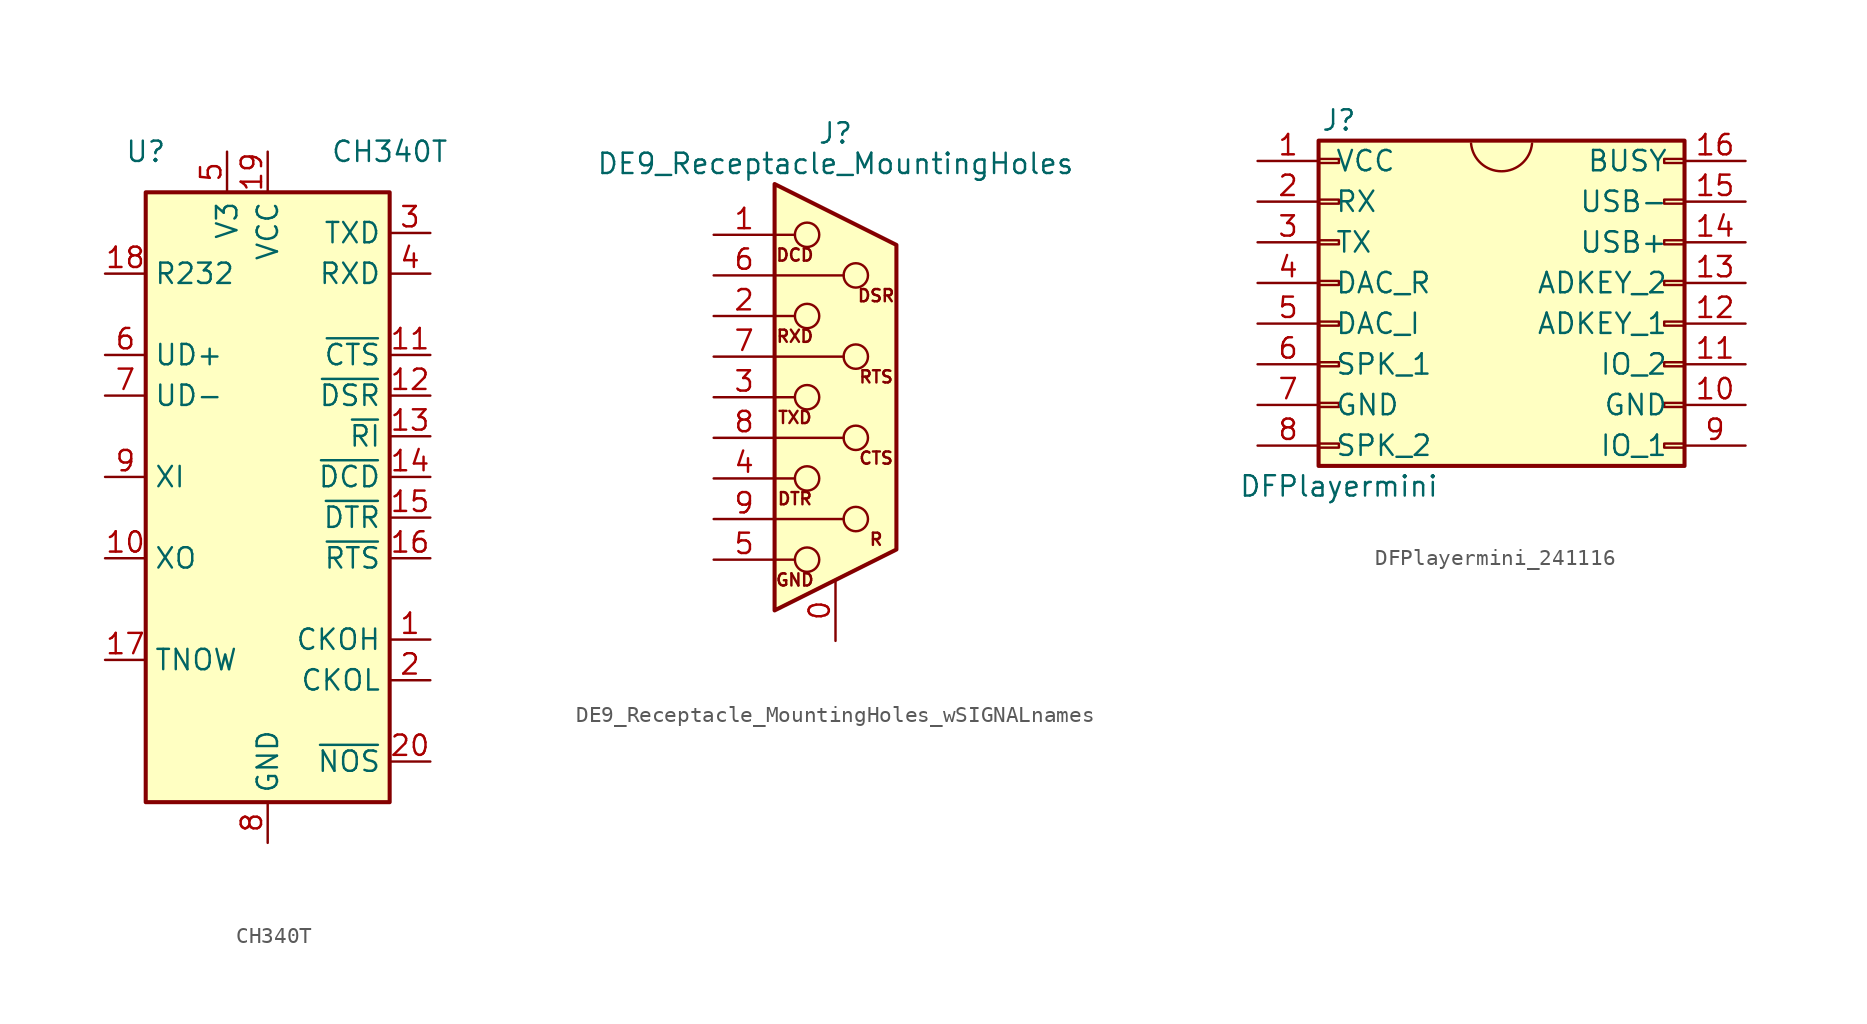
<source format=kicad_sym>
(kicad_symbol_lib
  (version 20220914)
  (generator kicad_symbol_editor)
  (symbol "CH340T"
    (property "Reference" "U"
      (at -7.62 22.86 0)
      (effects (font (size 1.27 1.27))))
    (property "Value" "CH340T"
      (at 7.62 22.86 0)
      (effects (font (size 1.27 1.27))))
    (symbol "CH340T_1_1"
      (rectangle (start -7.62 20.32) (end 7.62 -17.78) (stroke (width 0.254) (type default)) (fill (type background)))
      (pin output line (at 10.16 -7.62 180) (length 2.54) (name "CKOH" (effects (font (size 1.27 1.27)))) (number "1" (effects (font (size 1.27 1.27)))))
      (pin output line (at -10.16 -2.54 0) (length 2.54) (name "XO" (effects (font (size 1.27 1.27)))) (number "10" (effects (font (size 1.27 1.27)))))
      (pin input line (at 10.16 10.16 180) (length 2.54) (name "~{CTS}" (effects (font (size 1.27 1.27)))) (number "11" (effects (font (size 1.27 1.27)))))
      (pin input line (at 10.16 7.62 180) (length 2.54) (name "~{DSR}" (effects (font (size 1.27 1.27)))) (number "12" (effects (font (size 1.27 1.27)))))
      (pin input line (at 10.16 5.08 180) (length 2.54) (name "~{RI}" (effects (font (size 1.27 1.27)))) (number "13" (effects (font (size 1.27 1.27)))))
      (pin input line (at 10.16 2.54 180) (length 2.54) (name "~{DCD}" (effects (font (size 1.27 1.27)))) (number "14" (effects (font (size 1.27 1.27)))))
      (pin output line (at 10.16 0 180) (length 2.54) (name "~{DTR}" (effects (font (size 1.27 1.27)))) (number "15" (effects (font (size 1.27 1.27)))))
      (pin output line (at 10.16 -2.54 180) (length 2.54) (name "~{RTS}" (effects (font (size 1.27 1.27)))) (number "16" (effects (font (size 1.27 1.27)))))
      (pin output line (at -10.16 -8.89 0) (length 2.54) (name "TNOW" (effects (font (size 1.27 1.27)))) (number "17" (effects (font (size 1.27 1.27)))))
      (pin input line (at -10.16 15.24 0) (length 2.54) (name "R232" (effects (font (size 1.27 1.27)))) (number "18" (effects (font (size 1.27 1.27)))))
      (pin power_in line (at 0 22.86 270) (length 2.54) (name "VCC" (effects (font (size 1.27 1.27)))) (number "19" (effects (font (size 1.27 1.27)))))
      (pin output line (at 10.16 -10.16 180) (length 2.54) (name "CKOL" (effects (font (size 1.27 1.27)))) (number "2" (effects (font (size 1.27 1.27)))))
      (pin input line (at 10.16 -15.24 180) (length 2.54) (name "~{NOS}" (effects (font (size 1.27 1.27)))) (number "20" (effects (font (size 1.27 1.27)))))
      (pin output line (at 10.16 17.78 180) (length 2.54) (name "TXD" (effects (font (size 1.27 1.27)))) (number "3" (effects (font (size 1.27 1.27)))))
      (pin input line (at 10.16 15.24 180) (length 2.54) (name "RXD" (effects (font (size 1.27 1.27)))) (number "4" (effects (font (size 1.27 1.27)))))
      (pin passive line (at -2.54 22.86 270) (length 2.54) (name "V3" (effects (font (size 1.27 1.27)))) (number "5" (effects (font (size 1.27 1.27)))))
      (pin bidirectional line (at -10.16 10.16 0) (length 2.54) (name "UD+" (effects (font (size 1.27 1.27)))) (number "6" (effects (font (size 1.27 1.27)))))
      (pin bidirectional line (at -10.16 7.62 0) (length 2.54) (name "UD-" (effects (font (size 1.27 1.27)))) (number "7" (effects (font (size 1.27 1.27)))))
      (pin power_in line (at 0 -20.32 90) (length 2.54) (name "GND" (effects (font (size 1.27 1.27)))) (number "8" (effects (font (size 1.27 1.27)))))
      (pin input line (at -10.16 2.54 0) (length 2.54) (name "XI" (effects (font (size 1.27 1.27)))) (number "9" (effects (font (size 1.27 1.27)))))))
  (symbol "DE9_Receptacle_MountingHoles_wSIGNALnames"
    (pin_names
      (offset 1.016) hide)
    (property "Reference" "J"
      (at 0 16.51 0)
      (effects (font (size 1.27 1.27))))
    (property "Value" "DE9_Receptacle_MountingHoles"
      (at 0 14.605 0)
      (effects (font (size 1.27 1.27))))
    (symbol "DE9_Receptacle_MountingHoles_wSIGNALnames_0_1"
      (circle (center -1.778 -10.16) (radius 0.762) (stroke (width 0) (type default)) (fill (type none)))
      (circle (center -1.778 -5.08) (radius 0.762) (stroke (width 0) (type default)) (fill (type none)))
      (circle (center -1.778 0) (radius 0.762) (stroke (width 0) (type default)) (fill (type none)))
      (circle (center -1.778 5.08) (radius 0.762) (stroke (width 0) (type default)) (fill (type none)))
      (circle (center -1.778 10.16) (radius 0.762) (stroke (width 0) (type default)) (fill (type none)))
      (polyline (pts (xy -3.81 -10.16) (xy -2.54 -10.16)) (stroke (width 0) (type default)) (fill (type none)))
      (polyline (pts (xy -3.81 -7.62) (xy 0.508 -7.62)) (stroke (width 0) (type default)) (fill (type none)))
      (polyline (pts (xy -3.81 -5.08) (xy -2.54 -5.08)) (stroke (width 0) (type default)) (fill (type none)))
      (polyline (pts (xy -3.81 -2.54) (xy 0.508 -2.54)) (stroke (width 0) (type default)) (fill (type none)))
      (polyline (pts (xy -3.81 0) (xy -2.54 0)) (stroke (width 0) (type default)) (fill (type none)))
      (polyline (pts (xy -3.81 2.54) (xy 0.508 2.54)) (stroke (width 0) (type default)) (fill (type none)))
      (polyline (pts (xy -3.81 5.08) (xy -2.54 5.08)) (stroke (width 0) (type default)) (fill (type none)))
      (polyline (pts (xy -3.81 7.62) (xy 0.508 7.62)) (stroke (width 0) (type default)) (fill (type none)))
      (polyline (pts (xy -3.81 10.16) (xy -2.54 10.16)) (stroke (width 0) (type default)) (fill (type none)))
      (polyline (pts (xy -3.81 13.335) (xy -3.81 -13.335) (xy 3.81 -9.525) (xy 3.81 9.525) (xy -3.81 13.335)) (stroke (width 0.254) (type default)) (fill (type background)))
      (circle (center 1.27 -7.62) (radius 0.762) (stroke (width 0) (type default)) (fill (type none)))
      (circle (center 1.27 -2.54) (radius 0.762) (stroke (width 0) (type default)) (fill (type none)))
      (circle (center 1.27 2.54) (radius 0.762) (stroke (width 0) (type default)) (fill (type none)))
      (circle (center 1.27 7.62) (radius 0.762) (stroke (width 0) (type default)) (fill (type none))))
    (symbol "DE9_Receptacle_MountingHoles_wSIGNALnames_1_0"
      (text "DSR" (at 2.54 6.35 0) (effects (font (size 0.762 0.762))))
      (text "RTS" (at 2.54 1.27 0) (effects (font (size 0.762 0.762)))))
    (symbol "DE9_Receptacle_MountingHoles_wSIGNALnames_1_1"
      (text "CTS" (at 2.54 -3.81 0) (effects (font (size 0.762 0.762))))
      (text "DCD" (at -2.54 8.89 0) (effects (font (size 0.762 0.762))))
      (text "DTR" (at -2.54 -6.35 0) (effects (font (size 0.762 0.762))))
      (text "GND" (at -2.54 -11.43 0) (effects (font (size 0.762 0.762))))
      (text "R" (at 2.54 -8.89 0) (effects (font (size 0.762 0.762))))
      (text "RXD" (at -2.54 3.81 0) (effects (font (size 0.762 0.762))))
      (text "TXD" (at -2.54 -1.27 0) (effects (font (size 0.762 0.762))))
      (pin passive line (at 0 -15.24 90) (length 3.81) (name "PAD" (effects (font (size 1.27 1.27)))) (number "0" (effects (font (size 1.27 1.27)))))
      (pin passive line (at -7.62 10.16 0) (length 3.81) (name "1" (effects (font (size 1.27 1.27)))) (number "1" (effects (font (size 1.27 1.27)))))
      (pin passive line (at -7.62 5.08 0) (length 3.81) (name "2" (effects (font (size 1.27 1.27)))) (number "2" (effects (font (size 1.27 1.27)))))
      (pin passive line (at -7.62 0 0) (length 3.81) (name "3" (effects (font (size 1.27 1.27)))) (number "3" (effects (font (size 1.27 1.27)))))
      (pin passive line (at -7.62 -5.08 0) (length 3.81) (name "4" (effects (font (size 1.27 1.27)))) (number "4" (effects (font (size 1.27 1.27)))))
      (pin passive line (at -7.62 -10.16 0) (length 3.81) (name "5" (effects (font (size 1.27 1.27)))) (number "5" (effects (font (size 1.27 1.27)))))
      (pin passive line (at -7.62 7.62 0) (length 3.81) (name "6" (effects (font (size 1.27 1.27)))) (number "6" (effects (font (size 1.27 1.27)))))
      (pin passive line (at -7.62 2.54 0) (length 3.81) (name "7" (effects (font (size 1.27 1.27)))) (number "7" (effects (font (size 1.27 1.27)))))
      (pin passive line (at -7.62 -2.54 0) (length 3.81) (name "8" (effects (font (size 1.27 1.27)))) (number "8" (effects (font (size 1.27 1.27)))))
      (pin passive line (at -7.62 -7.62 0) (length 3.81) (name "9" (effects (font (size 1.27 1.27)))) (number "9" (effects (font (size 1.27 1.27)))))))
  (symbol "DFPlayermini_241116"
    (pin_names
      (offset 1.016))
    (property "Reference" "J"
      (at 0 10.16 0)
      (effects (font (size 1.27 1.27))))
    (property "Value" "DFPlayermini"
      (at 0 -12.7 0)
      (effects (font (size 1.27 1.27))))
    (symbol "DFPlayermini_241116_0_1"
      (arc (start 8.255 8.7088) (mid 10.16 6.9764) (end 12.065 8.7088) (stroke (width 0) (type default)) (fill (type none))))
    (symbol "DFPlayermini_241116_1_0"
      (pin input line (at 25.4 -10.16 180) (length 3.81) (name "IO_1" (effects (font (size 1.27 1.27)))) (number "9" (effects (font (size 1.27 1.27))))))
    (symbol "DFPlayermini_241116_1_1"
      (rectangle (start -1.27 -10.033) (end 0 -10.287) (stroke (width 0.152) (type default)) (fill (type none)))
      (rectangle (start -1.27 -7.493) (end 0 -7.747) (stroke (width 0.152) (type default)) (fill (type none)))
      (rectangle (start -1.27 -4.953) (end 0 -5.207) (stroke (width 0.152) (type default)) (fill (type none)))
      (rectangle (start -1.27 -2.413) (end 0 -2.667) (stroke (width 0.152) (type default)) (fill (type none)))
      (rectangle (start -1.27 0.127) (end 0 -0.127) (stroke (width 0.152) (type default)) (fill (type none)))
      (rectangle (start -1.27 2.667) (end 0 2.413) (stroke (width 0.152) (type default)) (fill (type none)))
      (rectangle (start -1.27 5.207) (end 0 4.953) (stroke (width 0.152) (type default)) (fill (type none)))
      (rectangle (start -1.27 7.747) (end 0 7.493) (stroke (width 0.152) (type default)) (fill (type none)))
      (rectangle (start -1.27 8.89) (end 21.59 -11.43) (stroke (width 0.254) (type default)) (fill (type background)))
      (rectangle (start 20.32 -10.287) (end 21.59 -10.033) (stroke (width 0.152) (type default)) (fill (type none)))
      (rectangle (start 20.32 -7.747) (end 21.59 -7.493) (stroke (width 0.152) (type default)) (fill (type none)))
      (rectangle (start 20.32 -5.207) (end 21.59 -4.953) (stroke (width 0.152) (type default)) (fill (type none)))
      (rectangle (start 20.32 -2.667) (end 21.59 -2.413) (stroke (width 0.152) (type default)) (fill (type none)))
      (rectangle (start 20.32 -0.127) (end 21.59 0.127) (stroke (width 0.152) (type default)) (fill (type none)))
      (rectangle (start 20.32 2.413) (end 21.59 2.667) (stroke (width 0.152) (type default)) (fill (type none)))
      (rectangle (start 20.32 4.953) (end 21.59 5.207) (stroke (width 0.152) (type default)) (fill (type none)))
      (rectangle (start 20.32 7.747) (end 21.59 7.493) (stroke (width 0.152) (type default)) (fill (type none)))
      (pin power_in line (at -5.08 7.62 0) (length 3.81) (name "VCC" (effects (font (size 1.27 1.27)))) (number "1" (effects (font (size 1.27 1.27)))))
      (pin power_in line (at 25.4 -7.62 180) (length 3.81) (name "GND" (effects (font (size 1.27 1.27)))) (number "10" (effects (font (size 1.27 1.27)))))
      (pin input line (at 25.4 -5.08 180) (length 3.81) (name "IO_2" (effects (font (size 1.27 1.27)))) (number "11" (effects (font (size 1.27 1.27)))))
      (pin input line (at 25.4 -2.54 180) (length 3.81) (name "ADKEY_1" (effects (font (size 1.27 1.27)))) (number "12" (effects (font (size 1.27 1.27)))))
      (pin input line (at 25.4 0 180) (length 3.81) (name "ADKEY_2" (effects (font (size 1.27 1.27)))) (number "13" (effects (font (size 1.27 1.27)))))
      (pin bidirectional line (at 25.4 2.54 180) (length 3.81) (name "USB+" (effects (font (size 1.27 1.27)))) (number "14" (effects (font (size 1.27 1.27)))))
      (pin bidirectional line (at 25.4 5.08 180) (length 3.81) (name "USB-" (effects (font (size 1.27 1.27)))) (number "15" (effects (font (size 1.27 1.27)))))
      (pin output line (at 25.4 7.62 180) (length 3.81) (name "BUSY" (effects (font (size 1.27 1.27)))) (number "16" (effects (font (size 1.27 1.27)))))
      (pin input line (at -5.08 5.08 0) (length 3.81) (name "RX" (effects (font (size 1.27 1.27)))) (number "2" (effects (font (size 1.27 1.27)))))
      (pin output line (at -5.08 2.54 0) (length 3.81) (name "TX" (effects (font (size 1.27 1.27)))) (number "3" (effects (font (size 1.27 1.27)))))
      (pin output line (at -5.08 0 0) (length 3.81) (name "DAC_R" (effects (font (size 1.27 1.27)))) (number "4" (effects (font (size 1.27 1.27)))))
      (pin output line (at -5.08 -2.54 0) (length 3.81) (name "DAC_I" (effects (font (size 1.27 1.27)))) (number "5" (effects (font (size 1.27 1.27)))))
      (pin output line (at -5.08 -5.08 0) (length 3.81) (name "SPK_1" (effects (font (size 1.27 1.27)))) (number "6" (effects (font (size 1.27 1.27)))))
      (pin power_in line (at -5.08 -7.62 0) (length 3.81) (name "GND" (effects (font (size 1.27 1.27)))) (number "7" (effects (font (size 1.27 1.27)))))
      (pin output line (at -5.08 -10.16 0) (length 3.81) (name "SPK_2" (effects (font (size 1.27 1.27)))) (number "8" (effects (font (size 1.27 1.27))))))))
</source>
